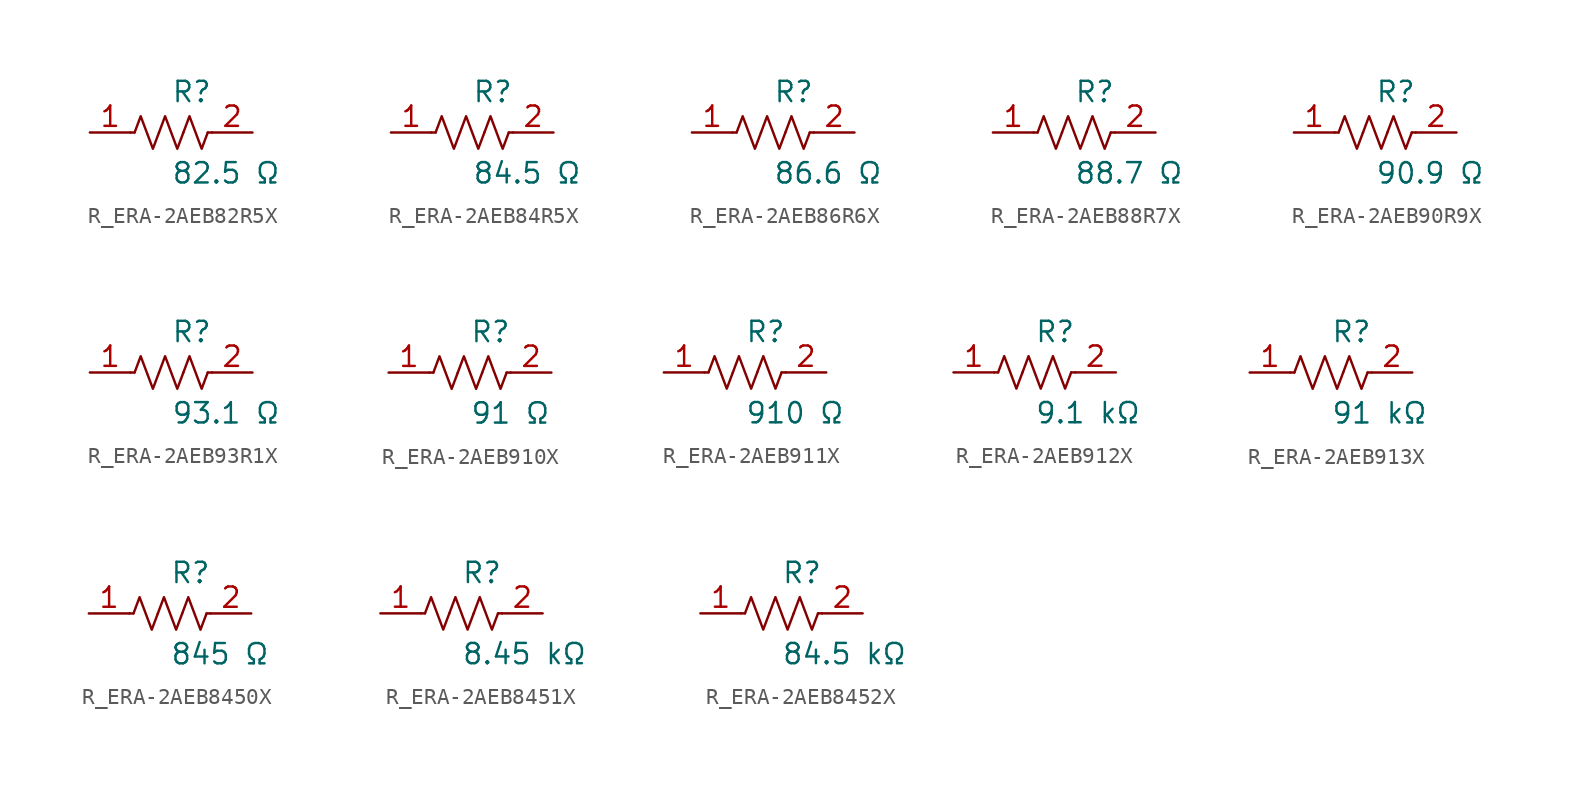
<source format=kicad_sym>
(kicad_symbol_lib
  (version 20231120)
  (generator kicad_symbol_editor)
  (generator_version 8.0)
  (symbol "R_ERA-2AEB82R5X"
    (pin_names
      (offset 0.254))
    (property "Reference" "R"
      (at 0.0 2.54 0)
      (effects (font (size 1.27 1.27)) (justify left)))
    (property "Value" "82.5 Ω"
      (at 0.0 -2.54 0)
      (effects (font (size 1.27 1.27)) (justify left)))
    (symbol "R_ERA-2AEB82R5X_0_1"
      (polyline (pts (xy 2.286 0) (xy 2.54 0)) (stroke (width 0) (type default)) (fill (type none)))
      (polyline (pts (xy -2.286 0) (xy -2.54 0)) (stroke (width 0) (type default)) (fill (type none)))
      (polyline (pts (xy 0.762 0) (xy 1.143 1.016) (xy 1.524 0) (xy 1.905 -1.016) (xy 2.286 0)) (stroke (width 0) (type default)) (fill (type none)))
      (polyline (pts (xy -0.762 0) (xy -0.381 1.016) (xy 0 0) (xy 0.381 -1.016) (xy 0.762 0)) (stroke (width 0) (type default)) (fill (type none)))
      (polyline (pts (xy -2.286 0) (xy -1.905 1.016) (xy -1.524 0) (xy -1.143 -1.016) (xy -0.762 0)) (stroke (width 0) (type default)) (fill (type none))))
    (pin unspecified line
      (at -5.08 0 0)
      (length 2.54)
      (name "" (effects (font (size 1.27 1.27))))
      (number "1" (effects (font (size 1.27 1.27)))))
    (pin unspecified line
      (at 5.08 0 180)
      (length 2.54)
      (name "" (effects (font (size 1.27 1.27))))
      (number "2" (effects (font (size 1.27 1.27))))))
  (symbol "R_ERA-2AEB84R5X"
    (pin_names
      (offset 0.254))
    (property "Reference" "R"
      (at 0.0 2.54 0)
      (effects (font (size 1.27 1.27)) (justify left)))
    (property "Value" "84.5 Ω"
      (at 0.0 -2.54 0)
      (effects (font (size 1.27 1.27)) (justify left)))
    (symbol "R_ERA-2AEB84R5X_0_1"
      (polyline (pts (xy 2.286 0) (xy 2.54 0)) (stroke (width 0) (type default)) (fill (type none)))
      (polyline (pts (xy -2.286 0) (xy -2.54 0)) (stroke (width 0) (type default)) (fill (type none)))
      (polyline (pts (xy 0.762 0) (xy 1.143 1.016) (xy 1.524 0) (xy 1.905 -1.016) (xy 2.286 0)) (stroke (width 0) (type default)) (fill (type none)))
      (polyline (pts (xy -0.762 0) (xy -0.381 1.016) (xy 0 0) (xy 0.381 -1.016) (xy 0.762 0)) (stroke (width 0) (type default)) (fill (type none)))
      (polyline (pts (xy -2.286 0) (xy -1.905 1.016) (xy -1.524 0) (xy -1.143 -1.016) (xy -0.762 0)) (stroke (width 0) (type default)) (fill (type none))))
    (pin unspecified line
      (at -5.08 0 0)
      (length 2.54)
      (name "" (effects (font (size 1.27 1.27))))
      (number "1" (effects (font (size 1.27 1.27)))))
    (pin unspecified line
      (at 5.08 0 180)
      (length 2.54)
      (name "" (effects (font (size 1.27 1.27))))
      (number "2" (effects (font (size 1.27 1.27))))))
  (symbol "R_ERA-2AEB86R6X"
    (pin_names
      (offset 0.254))
    (property "Reference" "R"
      (at 0.0 2.54 0)
      (effects (font (size 1.27 1.27)) (justify left)))
    (property "Value" "86.6 Ω"
      (at 0.0 -2.54 0)
      (effects (font (size 1.27 1.27)) (justify left)))
    (symbol "R_ERA-2AEB86R6X_0_1"
      (polyline (pts (xy 2.286 0) (xy 2.54 0)) (stroke (width 0) (type default)) (fill (type none)))
      (polyline (pts (xy -2.286 0) (xy -2.54 0)) (stroke (width 0) (type default)) (fill (type none)))
      (polyline (pts (xy 0.762 0) (xy 1.143 1.016) (xy 1.524 0) (xy 1.905 -1.016) (xy 2.286 0)) (stroke (width 0) (type default)) (fill (type none)))
      (polyline (pts (xy -0.762 0) (xy -0.381 1.016) (xy 0 0) (xy 0.381 -1.016) (xy 0.762 0)) (stroke (width 0) (type default)) (fill (type none)))
      (polyline (pts (xy -2.286 0) (xy -1.905 1.016) (xy -1.524 0) (xy -1.143 -1.016) (xy -0.762 0)) (stroke (width 0) (type default)) (fill (type none))))
    (pin unspecified line
      (at -5.08 0 0)
      (length 2.54)
      (name "" (effects (font (size 1.27 1.27))))
      (number "1" (effects (font (size 1.27 1.27)))))
    (pin unspecified line
      (at 5.08 0 180)
      (length 2.54)
      (name "" (effects (font (size 1.27 1.27))))
      (number "2" (effects (font (size 1.27 1.27))))))
  (symbol "R_ERA-2AEB88R7X"
    (pin_names
      (offset 0.254))
    (property "Reference" "R"
      (at 0.0 2.54 0)
      (effects (font (size 1.27 1.27)) (justify left)))
    (property "Value" "88.7 Ω"
      (at 0.0 -2.54 0)
      (effects (font (size 1.27 1.27)) (justify left)))
    (symbol "R_ERA-2AEB88R7X_0_1"
      (polyline (pts (xy 2.286 0) (xy 2.54 0)) (stroke (width 0) (type default)) (fill (type none)))
      (polyline (pts (xy -2.286 0) (xy -2.54 0)) (stroke (width 0) (type default)) (fill (type none)))
      (polyline (pts (xy 0.762 0) (xy 1.143 1.016) (xy 1.524 0) (xy 1.905 -1.016) (xy 2.286 0)) (stroke (width 0) (type default)) (fill (type none)))
      (polyline (pts (xy -0.762 0) (xy -0.381 1.016) (xy 0 0) (xy 0.381 -1.016) (xy 0.762 0)) (stroke (width 0) (type default)) (fill (type none)))
      (polyline (pts (xy -2.286 0) (xy -1.905 1.016) (xy -1.524 0) (xy -1.143 -1.016) (xy -0.762 0)) (stroke (width 0) (type default)) (fill (type none))))
    (pin unspecified line
      (at -5.08 0 0)
      (length 2.54)
      (name "" (effects (font (size 1.27 1.27))))
      (number "1" (effects (font (size 1.27 1.27)))))
    (pin unspecified line
      (at 5.08 0 180)
      (length 2.54)
      (name "" (effects (font (size 1.27 1.27))))
      (number "2" (effects (font (size 1.27 1.27))))))
  (symbol "R_ERA-2AEB90R9X"
    (pin_names
      (offset 0.254))
    (property "Reference" "R"
      (at 0.0 2.54 0)
      (effects (font (size 1.27 1.27)) (justify left)))
    (property "Value" "90.9 Ω"
      (at 0.0 -2.54 0)
      (effects (font (size 1.27 1.27)) (justify left)))
    (symbol "R_ERA-2AEB90R9X_0_1"
      (polyline (pts (xy 2.286 0) (xy 2.54 0)) (stroke (width 0) (type default)) (fill (type none)))
      (polyline (pts (xy -2.286 0) (xy -2.54 0)) (stroke (width 0) (type default)) (fill (type none)))
      (polyline (pts (xy 0.762 0) (xy 1.143 1.016) (xy 1.524 0) (xy 1.905 -1.016) (xy 2.286 0)) (stroke (width 0) (type default)) (fill (type none)))
      (polyline (pts (xy -0.762 0) (xy -0.381 1.016) (xy 0 0) (xy 0.381 -1.016) (xy 0.762 0)) (stroke (width 0) (type default)) (fill (type none)))
      (polyline (pts (xy -2.286 0) (xy -1.905 1.016) (xy -1.524 0) (xy -1.143 -1.016) (xy -0.762 0)) (stroke (width 0) (type default)) (fill (type none))))
    (pin unspecified line
      (at -5.08 0 0)
      (length 2.54)
      (name "" (effects (font (size 1.27 1.27))))
      (number "1" (effects (font (size 1.27 1.27)))))
    (pin unspecified line
      (at 5.08 0 180)
      (length 2.54)
      (name "" (effects (font (size 1.27 1.27))))
      (number "2" (effects (font (size 1.27 1.27))))))
  (symbol "R_ERA-2AEB93R1X"
    (pin_names
      (offset 0.254))
    (property "Reference" "R"
      (at 0.0 2.54 0)
      (effects (font (size 1.27 1.27)) (justify left)))
    (property "Value" "93.1 Ω"
      (at 0.0 -2.54 0)
      (effects (font (size 1.27 1.27)) (justify left)))
    (symbol "R_ERA-2AEB93R1X_0_1"
      (polyline (pts (xy 2.286 0) (xy 2.54 0)) (stroke (width 0) (type default)) (fill (type none)))
      (polyline (pts (xy -2.286 0) (xy -2.54 0)) (stroke (width 0) (type default)) (fill (type none)))
      (polyline (pts (xy 0.762 0) (xy 1.143 1.016) (xy 1.524 0) (xy 1.905 -1.016) (xy 2.286 0)) (stroke (width 0) (type default)) (fill (type none)))
      (polyline (pts (xy -0.762 0) (xy -0.381 1.016) (xy 0 0) (xy 0.381 -1.016) (xy 0.762 0)) (stroke (width 0) (type default)) (fill (type none)))
      (polyline (pts (xy -2.286 0) (xy -1.905 1.016) (xy -1.524 0) (xy -1.143 -1.016) (xy -0.762 0)) (stroke (width 0) (type default)) (fill (type none))))
    (pin unspecified line
      (at -5.08 0 0)
      (length 2.54)
      (name "" (effects (font (size 1.27 1.27))))
      (number "1" (effects (font (size 1.27 1.27)))))
    (pin unspecified line
      (at 5.08 0 180)
      (length 2.54)
      (name "" (effects (font (size 1.27 1.27))))
      (number "2" (effects (font (size 1.27 1.27))))))
  (symbol "R_ERA-2AEB910X"
    (pin_names
      (offset 0.254))
    (property "Reference" "R"
      (at 0.0 2.54 0)
      (effects (font (size 1.27 1.27)) (justify left)))
    (property "Value" "91 Ω"
      (at 0.0 -2.54 0)
      (effects (font (size 1.27 1.27)) (justify left)))
    (symbol "R_ERA-2AEB910X_0_1"
      (polyline (pts (xy 2.286 0) (xy 2.54 0)) (stroke (width 0) (type default)) (fill (type none)))
      (polyline (pts (xy -2.286 0) (xy -2.54 0)) (stroke (width 0) (type default)) (fill (type none)))
      (polyline (pts (xy 0.762 0) (xy 1.143 1.016) (xy 1.524 0) (xy 1.905 -1.016) (xy 2.286 0)) (stroke (width 0) (type default)) (fill (type none)))
      (polyline (pts (xy -0.762 0) (xy -0.381 1.016) (xy 0 0) (xy 0.381 -1.016) (xy 0.762 0)) (stroke (width 0) (type default)) (fill (type none)))
      (polyline (pts (xy -2.286 0) (xy -1.905 1.016) (xy -1.524 0) (xy -1.143 -1.016) (xy -0.762 0)) (stroke (width 0) (type default)) (fill (type none))))
    (pin unspecified line
      (at -5.08 0 0)
      (length 2.54)
      (name "" (effects (font (size 1.27 1.27))))
      (number "1" (effects (font (size 1.27 1.27)))))
    (pin unspecified line
      (at 5.08 0 180)
      (length 2.54)
      (name "" (effects (font (size 1.27 1.27))))
      (number "2" (effects (font (size 1.27 1.27))))))
  (symbol "R_ERA-2AEB911X"
    (pin_names
      (offset 0.254))
    (property "Reference" "R"
      (at 0.0 2.54 0)
      (effects (font (size 1.27 1.27)) (justify left)))
    (property "Value" "910 Ω"
      (at 0.0 -2.54 0)
      (effects (font (size 1.27 1.27)) (justify left)))
    (symbol "R_ERA-2AEB911X_0_1"
      (polyline (pts (xy 2.286 0) (xy 2.54 0)) (stroke (width 0) (type default)) (fill (type none)))
      (polyline (pts (xy -2.286 0) (xy -2.54 0)) (stroke (width 0) (type default)) (fill (type none)))
      (polyline (pts (xy 0.762 0) (xy 1.143 1.016) (xy 1.524 0) (xy 1.905 -1.016) (xy 2.286 0)) (stroke (width 0) (type default)) (fill (type none)))
      (polyline (pts (xy -0.762 0) (xy -0.381 1.016) (xy 0 0) (xy 0.381 -1.016) (xy 0.762 0)) (stroke (width 0) (type default)) (fill (type none)))
      (polyline (pts (xy -2.286 0) (xy -1.905 1.016) (xy -1.524 0) (xy -1.143 -1.016) (xy -0.762 0)) (stroke (width 0) (type default)) (fill (type none))))
    (pin unspecified line
      (at -5.08 0 0)
      (length 2.54)
      (name "" (effects (font (size 1.27 1.27))))
      (number "1" (effects (font (size 1.27 1.27)))))
    (pin unspecified line
      (at 5.08 0 180)
      (length 2.54)
      (name "" (effects (font (size 1.27 1.27))))
      (number "2" (effects (font (size 1.27 1.27))))))
  (symbol "R_ERA-2AEB912X"
    (pin_names
      (offset 0.254))
    (property "Reference" "R"
      (at 0.0 2.54 0)
      (effects (font (size 1.27 1.27)) (justify left)))
    (property "Value" "9.1 kΩ"
      (at 0.0 -2.54 0)
      (effects (font (size 1.27 1.27)) (justify left)))
    (symbol "R_ERA-2AEB912X_0_1"
      (polyline (pts (xy 2.286 0) (xy 2.54 0)) (stroke (width 0) (type default)) (fill (type none)))
      (polyline (pts (xy -2.286 0) (xy -2.54 0)) (stroke (width 0) (type default)) (fill (type none)))
      (polyline (pts (xy 0.762 0) (xy 1.143 1.016) (xy 1.524 0) (xy 1.905 -1.016) (xy 2.286 0)) (stroke (width 0) (type default)) (fill (type none)))
      (polyline (pts (xy -0.762 0) (xy -0.381 1.016) (xy 0 0) (xy 0.381 -1.016) (xy 0.762 0)) (stroke (width 0) (type default)) (fill (type none)))
      (polyline (pts (xy -2.286 0) (xy -1.905 1.016) (xy -1.524 0) (xy -1.143 -1.016) (xy -0.762 0)) (stroke (width 0) (type default)) (fill (type none))))
    (pin unspecified line
      (at -5.08 0 0)
      (length 2.54)
      (name "" (effects (font (size 1.27 1.27))))
      (number "1" (effects (font (size 1.27 1.27)))))
    (pin unspecified line
      (at 5.08 0 180)
      (length 2.54)
      (name "" (effects (font (size 1.27 1.27))))
      (number "2" (effects (font (size 1.27 1.27))))))
  (symbol "R_ERA-2AEB913X"
    (pin_names
      (offset 0.254))
    (property "Reference" "R"
      (at 0.0 2.54 0)
      (effects (font (size 1.27 1.27)) (justify left)))
    (property "Value" "91 kΩ"
      (at 0.0 -2.54 0)
      (effects (font (size 1.27 1.27)) (justify left)))
    (symbol "R_ERA-2AEB913X_0_1"
      (polyline (pts (xy 2.286 0) (xy 2.54 0)) (stroke (width 0) (type default)) (fill (type none)))
      (polyline (pts (xy -2.286 0) (xy -2.54 0)) (stroke (width 0) (type default)) (fill (type none)))
      (polyline (pts (xy 0.762 0) (xy 1.143 1.016) (xy 1.524 0) (xy 1.905 -1.016) (xy 2.286 0)) (stroke (width 0) (type default)) (fill (type none)))
      (polyline (pts (xy -0.762 0) (xy -0.381 1.016) (xy 0 0) (xy 0.381 -1.016) (xy 0.762 0)) (stroke (width 0) (type default)) (fill (type none)))
      (polyline (pts (xy -2.286 0) (xy -1.905 1.016) (xy -1.524 0) (xy -1.143 -1.016) (xy -0.762 0)) (stroke (width 0) (type default)) (fill (type none))))
    (pin unspecified line
      (at -5.08 0 0)
      (length 2.54)
      (name "" (effects (font (size 1.27 1.27))))
      (number "1" (effects (font (size 1.27 1.27)))))
    (pin unspecified line
      (at 5.08 0 180)
      (length 2.54)
      (name "" (effects (font (size 1.27 1.27))))
      (number "2" (effects (font (size 1.27 1.27))))))
  (symbol "R_ERA-2AEB8450X"
    (pin_names
      (offset 0.254))
    (property "Reference" "R"
      (at 0.0 2.54 0)
      (effects (font (size 1.27 1.27)) (justify left)))
    (property "Value" "845 Ω"
      (at 0.0 -2.54 0)
      (effects (font (size 1.27 1.27)) (justify left)))
    (symbol "R_ERA-2AEB8450X_0_1"
      (polyline (pts (xy 2.286 0) (xy 2.54 0)) (stroke (width 0) (type default)) (fill (type none)))
      (polyline (pts (xy -2.286 0) (xy -2.54 0)) (stroke (width 0) (type default)) (fill (type none)))
      (polyline (pts (xy 0.762 0) (xy 1.143 1.016) (xy 1.524 0) (xy 1.905 -1.016) (xy 2.286 0)) (stroke (width 0) (type default)) (fill (type none)))
      (polyline (pts (xy -0.762 0) (xy -0.381 1.016) (xy 0 0) (xy 0.381 -1.016) (xy 0.762 0)) (stroke (width 0) (type default)) (fill (type none)))
      (polyline (pts (xy -2.286 0) (xy -1.905 1.016) (xy -1.524 0) (xy -1.143 -1.016) (xy -0.762 0)) (stroke (width 0) (type default)) (fill (type none))))
    (pin unspecified line
      (at -5.08 0 0)
      (length 2.54)
      (name "" (effects (font (size 1.27 1.27))))
      (number "1" (effects (font (size 1.27 1.27)))))
    (pin unspecified line
      (at 5.08 0 180)
      (length 2.54)
      (name "" (effects (font (size 1.27 1.27))))
      (number "2" (effects (font (size 1.27 1.27))))))
  (symbol "R_ERA-2AEB8451X"
    (pin_names
      (offset 0.254))
    (property "Reference" "R"
      (at 0.0 2.54 0)
      (effects (font (size 1.27 1.27)) (justify left)))
    (property "Value" "8.45 kΩ"
      (at 0.0 -2.54 0)
      (effects (font (size 1.27 1.27)) (justify left)))
    (symbol "R_ERA-2AEB8451X_0_1"
      (polyline (pts (xy 2.286 0) (xy 2.54 0)) (stroke (width 0) (type default)) (fill (type none)))
      (polyline (pts (xy -2.286 0) (xy -2.54 0)) (stroke (width 0) (type default)) (fill (type none)))
      (polyline (pts (xy 0.762 0) (xy 1.143 1.016) (xy 1.524 0) (xy 1.905 -1.016) (xy 2.286 0)) (stroke (width 0) (type default)) (fill (type none)))
      (polyline (pts (xy -0.762 0) (xy -0.381 1.016) (xy 0 0) (xy 0.381 -1.016) (xy 0.762 0)) (stroke (width 0) (type default)) (fill (type none)))
      (polyline (pts (xy -2.286 0) (xy -1.905 1.016) (xy -1.524 0) (xy -1.143 -1.016) (xy -0.762 0)) (stroke (width 0) (type default)) (fill (type none))))
    (pin unspecified line
      (at -5.08 0 0)
      (length 2.54)
      (name "" (effects (font (size 1.27 1.27))))
      (number "1" (effects (font (size 1.27 1.27)))))
    (pin unspecified line
      (at 5.08 0 180)
      (length 2.54)
      (name "" (effects (font (size 1.27 1.27))))
      (number "2" (effects (font (size 1.27 1.27))))))
  (symbol "R_ERA-2AEB8452X"
    (pin_names
      (offset 0.254))
    (property "Reference" "R"
      (at 0.0 2.54 0)
      (effects (font (size 1.27 1.27)) (justify left)))
    (property "Value" "84.5 kΩ"
      (at 0.0 -2.54 0)
      (effects (font (size 1.27 1.27)) (justify left)))
    (symbol "R_ERA-2AEB8452X_0_1"
      (polyline (pts (xy 2.286 0) (xy 2.54 0)) (stroke (width 0) (type default)) (fill (type none)))
      (polyline (pts (xy -2.286 0) (xy -2.54 0)) (stroke (width 0) (type default)) (fill (type none)))
      (polyline (pts (xy 0.762 0) (xy 1.143 1.016) (xy 1.524 0) (xy 1.905 -1.016) (xy 2.286 0)) (stroke (width 0) (type default)) (fill (type none)))
      (polyline (pts (xy -0.762 0) (xy -0.381 1.016) (xy 0 0) (xy 0.381 -1.016) (xy 0.762 0)) (stroke (width 0) (type default)) (fill (type none)))
      (polyline (pts (xy -2.286 0) (xy -1.905 1.016) (xy -1.524 0) (xy -1.143 -1.016) (xy -0.762 0)) (stroke (width 0) (type default)) (fill (type none))))
    (pin unspecified line
      (at -5.08 0 0)
      (length 2.54)
      (name "" (effects (font (size 1.27 1.27))))
      (number "1" (effects (font (size 1.27 1.27)))))
    (pin unspecified line
      (at 5.08 0 180)
      (length 2.54)
      (name "" (effects (font (size 1.27 1.27))))
      (number "2" (effects (font (size 1.27 1.27)))))))
</source>
